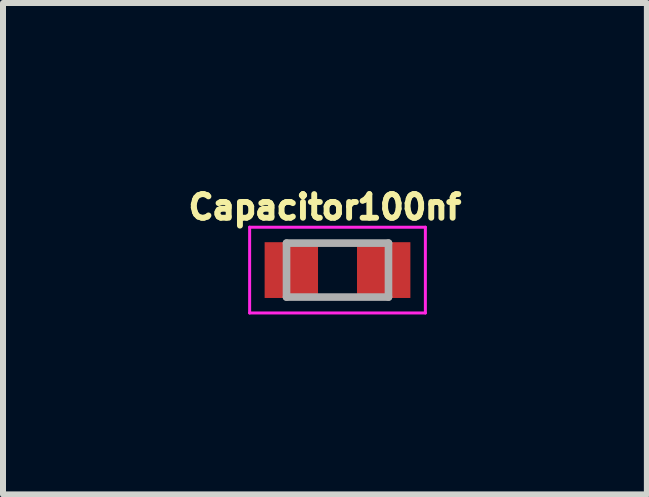
<source format=kicad_pcb>
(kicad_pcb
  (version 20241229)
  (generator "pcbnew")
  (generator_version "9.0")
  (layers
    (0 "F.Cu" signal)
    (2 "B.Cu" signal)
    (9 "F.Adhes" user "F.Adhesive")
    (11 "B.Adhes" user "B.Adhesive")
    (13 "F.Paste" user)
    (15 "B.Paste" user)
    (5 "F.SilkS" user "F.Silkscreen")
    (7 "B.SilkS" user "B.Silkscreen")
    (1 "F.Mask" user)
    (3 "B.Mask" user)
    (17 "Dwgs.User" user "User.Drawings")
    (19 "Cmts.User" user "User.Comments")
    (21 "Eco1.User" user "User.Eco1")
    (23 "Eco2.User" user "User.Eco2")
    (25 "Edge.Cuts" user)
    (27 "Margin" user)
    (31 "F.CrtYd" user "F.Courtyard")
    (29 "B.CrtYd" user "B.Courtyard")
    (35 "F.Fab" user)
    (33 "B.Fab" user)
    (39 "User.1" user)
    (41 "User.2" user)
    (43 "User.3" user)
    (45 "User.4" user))
  (footprint "Capacitor100nf"
    (layer "F.Cu")
    (at 2.577 1.453)
    (property "Reference" "Capacitor100nf" (at -0.21 -1.05 0) (layer "F.SilkS") (effects (font (size 0.394 0.394) (thickness 0.15))))
    (attr smd)
    (fp_line (start -1.465 -0.715) (end 1.465 -0.715) (stroke (width 0.05) (type solid)) (layer "F.CrtYd"))
    (fp_line (start -1.465 0.715) (end -1.465 -0.715) (stroke (width 0.05) (type solid)) (layer "F.CrtYd"))
    (fp_line (start -1.465 0.715) (end 1.465 0.715) (stroke (width 0.05) (type solid)) (layer "F.CrtYd"))
    (fp_line (start 1.465 0.715) (end 1.465 -0.715) (stroke (width 0.05) (type solid)) (layer "F.CrtYd"))
    (fp_line (start -0.85 0.45) (end -0.85 -0.45) (stroke (width 0.127) (type solid)) (layer "F.Fab"))
    (fp_line (start 0.85 -0.45) (end -0.85 -0.45) (stroke (width 0.127) (type solid)) (layer "F.Fab"))
    (fp_line (start 0.85 0.45) (end -0.85 0.45) (stroke (width 0.127) (type solid)) (layer "F.Fab"))
    (fp_line (start 0.85 0.45) (end 0.85 -0.45) (stroke (width 0.127) (type solid)) (layer "F.Fab"))
    (pad "1" smd rect (at -0.77 0) (size 0.89 0.93) (layers "F.Cu" "F.Mask" "F.Paste"))
    (pad "2" smd rect (at 0.77 0) (size 0.89 0.93) (layers "F.Cu" "F.Mask" "F.Paste")))
  (gr_rect
    (start -3 -3)
    (end 7.735 5.193)
    (stroke (width 0.1) (type default))
    (fill no)
    (layer "Edge.Cuts")))
</source>
